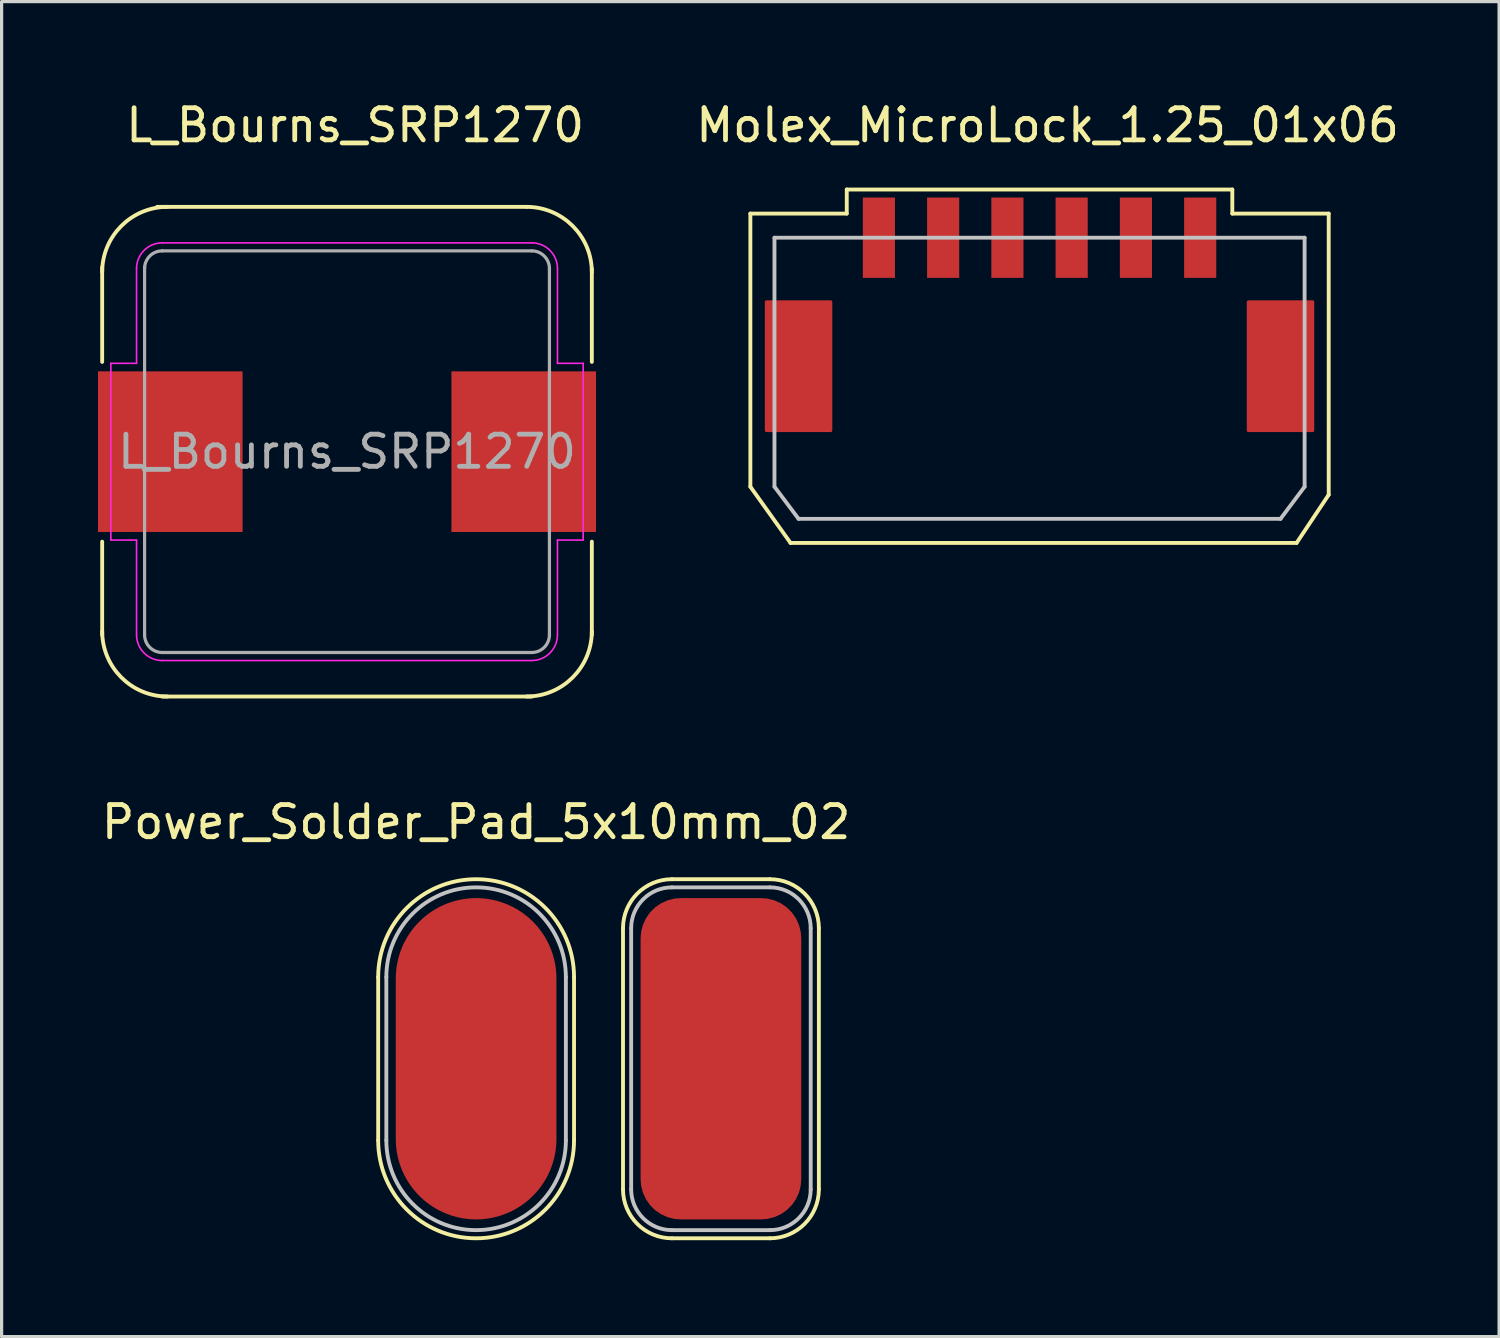
<source format=kicad_pcb>
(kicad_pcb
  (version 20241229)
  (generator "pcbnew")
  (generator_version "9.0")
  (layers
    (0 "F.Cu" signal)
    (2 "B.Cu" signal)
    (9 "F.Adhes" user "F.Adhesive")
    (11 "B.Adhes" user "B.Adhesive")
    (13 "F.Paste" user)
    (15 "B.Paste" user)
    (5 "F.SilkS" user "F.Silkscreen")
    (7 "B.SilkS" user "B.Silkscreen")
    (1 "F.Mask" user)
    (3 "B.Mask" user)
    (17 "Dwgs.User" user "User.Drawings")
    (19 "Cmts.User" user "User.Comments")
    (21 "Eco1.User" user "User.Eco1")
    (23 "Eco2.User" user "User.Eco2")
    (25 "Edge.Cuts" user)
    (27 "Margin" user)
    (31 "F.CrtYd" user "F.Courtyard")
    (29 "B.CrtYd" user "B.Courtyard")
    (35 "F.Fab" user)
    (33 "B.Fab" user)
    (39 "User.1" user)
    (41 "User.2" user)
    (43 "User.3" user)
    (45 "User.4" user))
  (footprint "L_Bourns_SRP1270"
    (layer "F.Cu")
    (at 7.75 11.008)
    (property "Reference" "L_Bourns_SRP1270" (at 0.254 -10.16 0) (layer "F.SilkS") (effects (font (size 1 1) (thickness 0.15))))
    (attr smd)
    (fp_line (start -7.62 -5.744) (end -7.62 -2.794) (stroke (width 0.12) (type solid)) (layer "F.SilkS"))
    (fp_line (start -7.62 2.8) (end -7.62 5.7) (stroke (width 0.12) (type solid)) (layer "F.SilkS"))
    (fp_line (start 5.588 -7.62) (end -5.912 -7.62) (stroke (width 0.12) (type solid)) (layer "F.SilkS"))
    (fp_line (start 5.75 7.62) (end -5.75 7.62) (stroke (width 0.12) (type solid)) (layer "F.SilkS"))
    (fp_line (start 7.62 -5.694) (end 7.62 -2.794) (stroke (width 0.12) (type solid)) (layer "F.SilkS"))
    (fp_line (start 7.62 2.8) (end 7.62 5.7) (stroke (width 0.12) (type solid)) (layer "F.SilkS"))
    (fp_arc (start -7.62 -5.588) (mid -7.024841 -7.024841) (end -5.588 -7.62) (stroke (width 0.12) (type solid)) (layer "F.SilkS"))
    (fp_arc (start -5.588 7.62) (mid -7.024841 7.024841) (end -7.62 5.588) (stroke (width 0.12) (type solid)) (layer "F.SilkS"))
    (fp_arc (start 5.588 -7.62) (mid 7.024841 -7.024841) (end 7.62 -5.588) (stroke (width 0.12) (type solid)) (layer "F.SilkS"))
    (fp_arc (start 7.62 5.588) (mid 7.024841 7.024841) (end 5.588 7.62) (stroke (width 0.12) (type solid)) (layer "F.SilkS"))
    (fp_line (start -7.35 -2.75) (end -6.55 -2.75) (stroke (width 0.05) (type solid)) (layer "F.CrtYd"))
    (fp_line (start -7.35 2.75) (end -7.35 -2.75) (stroke (width 0.05) (type solid)) (layer "F.CrtYd"))
    (fp_line (start -7.35 2.75) (end -6.55 2.75) (stroke (width 0.05) (type solid)) (layer "F.CrtYd"))
    (fp_line (start -6.55 -2.75) (end -6.55 -5.7) (stroke (width 0.05) (type solid)) (layer "F.CrtYd"))
    (fp_line (start -6.55 5.7) (end -6.55 2.75) (stroke (width 0.05) (type solid)) (layer "F.CrtYd"))
    (fp_line (start -5.75 -6.5) (end 5.75 -6.5) (stroke (width 0.05) (type solid)) (layer "F.CrtYd"))
    (fp_line (start 5.75 6.5) (end -5.75 6.5) (stroke (width 0.05) (type solid)) (layer "F.CrtYd"))
    (fp_line (start 6.55 -5.7) (end 6.55 -2.75) (stroke (width 0.05) (type solid)) (layer "F.CrtYd"))
    (fp_line (start 6.55 2.75) (end 6.55 5.7) (stroke (width 0.05) (type solid)) (layer "F.CrtYd"))
    (fp_line (start 7.35 -2.75) (end 6.55 -2.75) (stroke (width 0.05) (type solid)) (layer "F.CrtYd"))
    (fp_line (start 7.35 -2.75) (end 7.35 2.75) (stroke (width 0.05) (type solid)) (layer "F.CrtYd"))
    (fp_line (start 7.35 2.75) (end 6.55 2.75) (stroke (width 0.05) (type solid)) (layer "F.CrtYd"))
    (fp_arc (start -6.55 -5.7) (mid -6.315685 -6.265685) (end -5.75 -6.5) (stroke (width 0.05) (type solid)) (layer "F.CrtYd"))
    (fp_arc (start -5.75 6.5) (mid -6.315685 6.265685) (end -6.55 5.7) (stroke (width 0.05) (type solid)) (layer "F.CrtYd"))
    (fp_arc (start 5.75 -6.5) (mid 6.315685 -6.265685) (end 6.55 -5.7) (stroke (width 0.05) (type solid)) (layer "F.CrtYd"))
    (fp_arc (start 6.55 5.7) (mid 6.315685 6.265685) (end 5.75 6.5) (stroke (width 0.05) (type solid)) (layer "F.CrtYd"))
    (fp_line (start -6.3 -5.75) (end -6.3 5.7) (stroke (width 0.1) (type solid)) (layer "F.Fab"))
    (fp_line (start -5.75 -6.25) (end 5.75 -6.25) (stroke (width 0.1) (type solid)) (layer "F.Fab"))
    (fp_line (start 5.75 6.25) (end -5.75 6.25) (stroke (width 0.1) (type solid)) (layer "F.Fab"))
    (fp_line (start 6.3 -5.7) (end 6.3 5.7) (stroke (width 0.1) (type solid)) (layer "F.Fab"))
    (fp_arc (start -6.3 -5.7) (mid -6.138909 -6.088909) (end -5.75 -6.25) (stroke (width 0.1) (type solid)) (layer "F.Fab"))
    (fp_arc (start -5.75 6.25) (mid -6.138909 6.088909) (end -6.3 5.7) (stroke (width 0.1) (type solid)) (layer "F.Fab"))
    (fp_arc (start 5.75 -6.25) (mid 6.138909 -6.088909) (end 6.3 -5.7) (stroke (width 0.1) (type solid)) (layer "F.Fab"))
    (fp_arc (start 6.3 5.7) (mid 6.138909 6.088909) (end 5.75 6.25) (stroke (width 0.1) (type solid)) (layer "F.Fab"))
    (fp_text user "${REFERENCE}" (at 0 0 0) (layer "F.Fab") (effects (font (size 1 1) (thickness 0.15))))
    (pad "1" smd rect (at -5.5 0) (size 4.5 5) (layers "F.Cu" "F.Mask" "F.Paste"))
    (pad "2" smd rect (at 5.5 0) (size 4.5 5) (layers "F.Cu" "F.Mask" "F.Paste")))
  (footprint "Molex_MicroLock_1.25_01x06"
    (layer "F.Cu")
    (at 25.304 9.348)
    (property "Reference" "Molex_MicroLock_1.25_01x06" (at 4.25 -8.5 0) (layer "F.SilkS") (effects (font (size 1 1) (thickness 0.15))))
    (attr through_hole)
    (fp_poly (pts (xy -2.5 1) (xy -4.5 1) (xy -4.5 -3) (xy -2.5 -3)) (stroke (width 0.1) (type solid)) (fill yes) (layer "F.Cu"))
    (fp_poly (pts (xy 12.5 1) (xy 10.5 1) (xy 10.5 -3) (xy 12.5 -3)) (stroke (width 0.1) (type solid)) (fill yes) (layer "F.Cu"))
    (fp_line (start -5 -5.75) (end -2 -5.75) (stroke (width 0.12) (type solid)) (layer "F.SilkS"))
    (fp_line (start -5 2.75) (end -5 -5.75) (stroke (width 0.12) (type solid)) (layer "F.SilkS"))
    (fp_line (start -3.75 4.5) (end -5 2.75) (stroke (width 0.12) (type solid)) (layer "F.SilkS"))
    (fp_line (start -2 -6.5) (end 10 -6.5) (stroke (width 0.12) (type solid)) (layer "F.SilkS"))
    (fp_line (start -2 -5.75) (end -2 -6.5) (stroke (width 0.12) (type solid)) (layer "F.SilkS"))
    (fp_line (start 10 -6.5) (end 10 -5.75) (stroke (width 0.12) (type solid)) (layer "F.SilkS"))
    (fp_line (start 10 -5.75) (end 13 -5.75) (stroke (width 0.12) (type solid)) (layer "F.SilkS"))
    (fp_line (start 12 4.5) (end -3.75 4.5) (stroke (width 0.12) (type solid)) (layer "F.SilkS"))
    (fp_line (start 13 -5.75) (end 13 3) (stroke (width 0.12) (type solid)) (layer "F.SilkS"))
    (fp_line (start 13 3) (end 12 4.5) (stroke (width 0.12) (type solid)) (layer "F.SilkS"))
    (fp_line (start -4.25 -5) (end 12.25 -5) (stroke (width 0.12) (type solid)) (layer "Dwgs.User"))
    (fp_line (start -4.25 2.75) (end -4.25 -5) (stroke (width 0.12) (type solid)) (layer "Dwgs.User"))
    (fp_line (start -3.5 3.75) (end -4.25 2.75) (stroke (width 0.12) (type solid)) (layer "Dwgs.User"))
    (fp_line (start 11.5 3.75) (end -3.5 3.75) (stroke (width 0.12) (type solid)) (layer "Dwgs.User"))
    (fp_line (start 12.25 -5) (end 12.25 2.75) (stroke (width 0.12) (type solid)) (layer "Dwgs.User"))
    (fp_line (start 12.25 2.75) (end 11.5 3.75) (stroke (width 0.12) (type solid)) (layer "Dwgs.User"))
    (pad "1" smd rect (at -1 -5) (size 1 2.5) (layers "F.Cu" "F.Mask" "F.Paste"))
    (pad "2" smd rect (at 1 -5) (size 1 2.5) (layers "F.Cu" "F.Mask" "F.Paste"))
    (pad "3" smd rect (at 3 -5) (size 1 2.5) (layers "F.Cu" "F.Mask" "F.Paste"))
    (pad "4" smd rect (at 5 -5) (size 1 2.5) (layers "F.Cu" "F.Mask" "F.Paste"))
    (pad "5" smd rect (at 7 -5) (size 1 2.5) (layers "F.Cu" "F.Mask" "F.Paste"))
    (pad "6" smd rect (at 9 -5) (size 1 2.5) (layers "F.Cu" "F.Mask" "F.Paste")))
  (footprint "Power_Solder_Pad_5x10mm_02"
    (layer "F.Cu")
    (at 11.768 27.616)
    (property "Reference" "Power_Solder_Pad_5x10mm_02" (at 0 -5.08 0) (layer "F.SilkS") (effects (font (size 1 1) (thickness 0.15))))
    (attr through_hole)
    (fp_line (start -3.048 -0.254) (end -3.048 4.826) (stroke (width 0.12) (type solid)) (layer "F.SilkS"))
    (fp_line (start 3.048 4.826) (end 3.048 -0.254) (stroke (width 0.12) (type solid)) (layer "F.SilkS"))
    (fp_line (start 4.572 -1.778) (end 4.572 6.35) (stroke (width 0.12) (type solid)) (layer "F.SilkS"))
    (fp_line (start 6.096 -3.302) (end 9.144 -3.302) (stroke (width 0.12) (type solid)) (layer "F.SilkS"))
    (fp_line (start 9.144 7.874) (end 6.096 7.874) (stroke (width 0.12) (type solid)) (layer "F.SilkS"))
    (fp_line (start 10.668 6.35) (end 10.668 -1.778) (stroke (width 0.12) (type solid)) (layer "F.SilkS"))
    (fp_arc (start -3.048 -0.254) (mid 0 -3.302) (end 3.048 -0.254) (stroke (width 0.12) (type solid)) (layer "F.SilkS"))
    (fp_arc (start 3.048 4.826) (mid 0 7.874) (end -3.048 4.826) (stroke (width 0.12) (type solid)) (layer "F.SilkS"))
    (fp_arc (start 4.572 -1.778) (mid 5.018369 -2.855631) (end 6.096 -3.302) (stroke (width 0.12) (type solid)) (layer "F.SilkS"))
    (fp_arc (start 6.096 7.874) (mid 5.018369 7.427631) (end 4.572 6.35) (stroke (width 0.12) (type solid)) (layer "F.SilkS"))
    (fp_arc (start 9.144 -3.302) (mid 10.221631 -2.855631) (end 10.668 -1.778) (stroke (width 0.12) (type solid)) (layer "F.SilkS"))
    (fp_arc (start 10.668 6.35) (mid 10.221631 7.427631) (end 9.144 7.874) (stroke (width 0.12) (type solid)) (layer "F.SilkS"))
    (fp_line (start -2.794 -0.254) (end -2.794 4.826) (stroke (width 0.12) (type solid)) (layer "Dwgs.User"))
    (fp_line (start 2.794 4.826) (end 2.794 -0.254) (stroke (width 0.12) (type solid)) (layer "Dwgs.User"))
    (fp_line (start 4.826 -1.778) (end 4.826 6.35) (stroke (width 0.12) (type solid)) (layer "Dwgs.User"))
    (fp_line (start 6.096 -3.048) (end 9.144 -3.048) (stroke (width 0.12) (type solid)) (layer "Dwgs.User"))
    (fp_line (start 9.144 7.62) (end 6.096 7.62) (stroke (width 0.12) (type solid)) (layer "Dwgs.User"))
    (fp_line (start 10.414 6.35) (end 10.414 -1.778) (stroke (width 0.12) (type solid)) (layer "Dwgs.User"))
    (fp_arc (start -2.794 -0.254) (mid 0 -3.048) (end 2.794 -0.254) (stroke (width 0.12) (type solid)) (layer "Dwgs.User"))
    (fp_arc (start 2.794 4.826) (mid 0 7.62) (end -2.794 4.826) (stroke (width 0.12) (type solid)) (layer "Dwgs.User"))
    (fp_arc (start 4.826 -1.778) (mid 5.197974 -2.676026) (end 6.096 -3.048) (stroke (width 0.12) (type solid)) (layer "Dwgs.User"))
    (fp_arc (start 6.096 7.62) (mid 5.197974 7.248026) (end 4.826 6.35) (stroke (width 0.12) (type solid)) (layer "Dwgs.User"))
    (fp_arc (start 9.144 -3.048) (mid 10.042026 -2.676026) (end 10.414 -1.778) (stroke (width 0.12) (type solid)) (layer "Dwgs.User"))
    (fp_arc (start 10.414 6.35) (mid 10.042026 7.248026) (end 9.144 7.62) (stroke (width 0.12) (type solid)) (layer "Dwgs.User"))
    (pad "1" smd oval (at 0 2.286) (size 5 10) (layers "F.Cu" "F.Mask" "F.Paste"))
    (pad "2" smd roundrect (at 7.62 2.286) (size 5 10) (layers "F.Cu" "F.Mask" "F.Paste") (roundrect_rratio 0.25)))
  (gr_rect
    (start -3 -3)
    (end 43.607 38.55)
    (stroke (width 0.1) (type default))
    (fill no)
    (layer "Edge.Cuts")))
</source>
